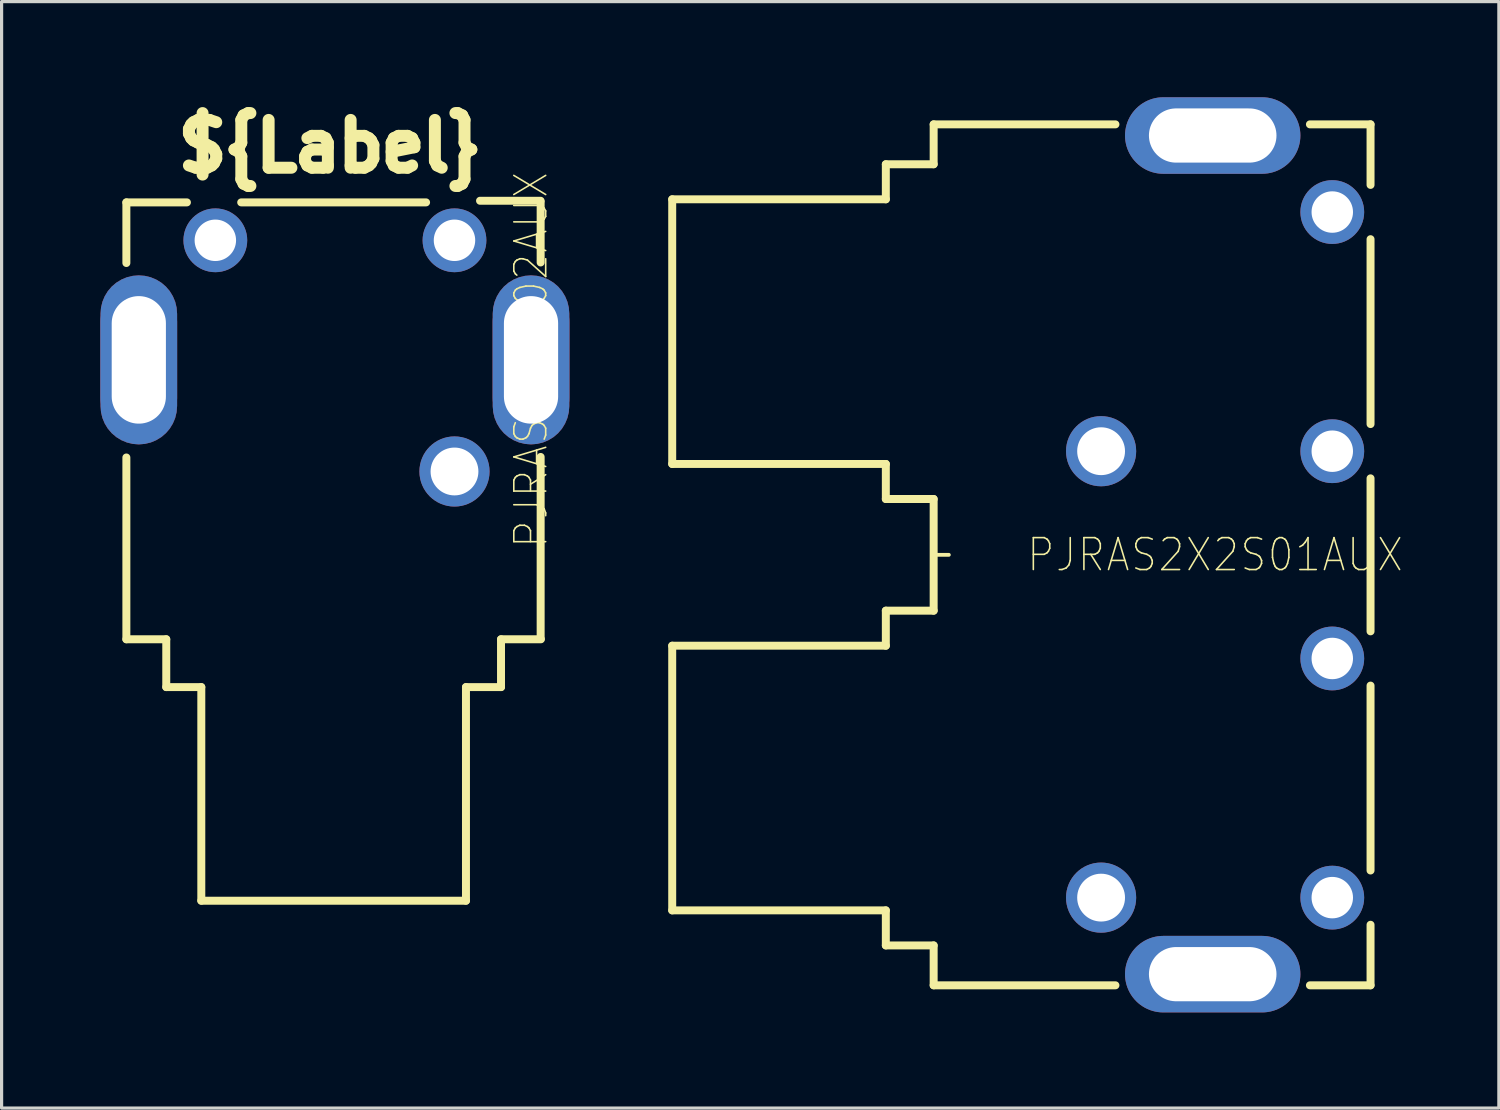
<source format=kicad_pcb>
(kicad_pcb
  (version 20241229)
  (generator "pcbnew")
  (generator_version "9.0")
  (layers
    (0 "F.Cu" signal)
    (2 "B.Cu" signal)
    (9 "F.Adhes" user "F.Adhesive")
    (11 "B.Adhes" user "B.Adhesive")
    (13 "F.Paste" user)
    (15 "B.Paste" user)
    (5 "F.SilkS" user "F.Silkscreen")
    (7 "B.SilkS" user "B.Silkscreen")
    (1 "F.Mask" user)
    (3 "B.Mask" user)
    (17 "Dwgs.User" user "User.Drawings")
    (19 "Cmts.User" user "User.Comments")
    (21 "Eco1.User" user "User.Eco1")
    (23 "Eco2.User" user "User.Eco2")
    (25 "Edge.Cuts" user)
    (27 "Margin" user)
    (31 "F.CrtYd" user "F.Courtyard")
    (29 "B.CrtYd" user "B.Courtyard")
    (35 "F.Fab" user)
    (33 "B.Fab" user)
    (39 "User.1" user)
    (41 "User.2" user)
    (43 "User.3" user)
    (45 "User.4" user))
  (footprint "PJRAS2X2S01AUX"
    (layer "F.Cu")
    (at 35.056 14.35)
    (property "Reference" "PJRAS2X2S01AUX" (at 0 0 0) (layer "F.SilkS") (effects (font (size 1 0.9) (thickness 0.05))))
    (attr through_hole)
    (fp_line (start -17.025 -11.15) (end -17.025 -2.85) (stroke (width 0.25) (type solid)) (layer "F.SilkS"))
    (fp_line (start -17.025 -11.15) (end -10.326 -11.15) (stroke (width 0.25) (type solid)) (layer "F.SilkS"))
    (fp_line (start -17.025 -2.85) (end -10.326 -2.85) (stroke (width 0.25) (type solid)) (layer "F.SilkS"))
    (fp_line (start -17.025 2.85) (end -17.025 11.15) (stroke (width 0.25) (type solid)) (layer "F.SilkS"))
    (fp_line (start -17.025 11.15) (end -10.326 11.15) (stroke (width 0.25) (type solid)) (layer "F.SilkS"))
    (fp_line (start -10.326 -12.249) (end -8.826 -12.249) (stroke (width 0.25) (type solid)) (layer "F.SilkS"))
    (fp_line (start -10.326 -11.15) (end -10.326 -12.249) (stroke (width 0.25) (type solid)) (layer "F.SilkS"))
    (fp_line (start -10.326 -1.751) (end -10.326 -2.85) (stroke (width 0.25) (type solid)) (layer "F.SilkS"))
    (fp_line (start -10.326 -1.751) (end -8.826 -1.751) (stroke (width 0.25) (type solid)) (layer "F.SilkS"))
    (fp_line (start -10.326 1.751) (end -10.326 2.85) (stroke (width 0.25) (type solid)) (layer "F.SilkS"))
    (fp_line (start -10.326 2.85) (end -17.025 2.85) (stroke (width 0.25) (type solid)) (layer "F.SilkS"))
    (fp_line (start -10.326 11.15) (end -10.326 12.249) (stroke (width 0.25) (type solid)) (layer "F.SilkS"))
    (fp_line (start -10.326 12.249) (end -8.826 12.249) (stroke (width 0.25) (type solid)) (layer "F.SilkS"))
    (fp_line (start -8.826 -13.5) (end -3.125 -13.5) (stroke (width 0.25) (type solid)) (layer "F.SilkS"))
    (fp_line (start -8.826 -12.249) (end -8.826 -13.5) (stroke (width 0.25) (type solid)) (layer "F.SilkS"))
    (fp_line (start -8.826 -1.751) (end -8.826 1.751) (stroke (width 0.25) (type solid)) (layer "F.SilkS"))
    (fp_line (start -8.826 0) (end -8.35 0) (stroke (width 0.12) (type solid)) (layer "F.SilkS"))
    (fp_line (start -8.826 1.751) (end -10.326 1.751) (stroke (width 0.25) (type solid)) (layer "F.SilkS"))
    (fp_line (start -8.826 12.249) (end -8.826 13.5) (stroke (width 0.25) (type solid)) (layer "F.SilkS"))
    (fp_line (start -8.826 13.5) (end -3.125 13.5) (stroke (width 0.25) (type solid)) (layer "F.SilkS"))
    (fp_line (start 2.974 -13.5) (end 4.875 -13.5) (stroke (width 0.25) (type solid)) (layer "F.SilkS"))
    (fp_line (start 2.974 13.5) (end 4.875 13.5) (stroke (width 0.25) (type solid)) (layer "F.SilkS"))
    (fp_line (start 4.875 -13.5) (end 4.875 -11.601) (stroke (width 0.25) (type solid)) (layer "F.SilkS"))
    (fp_line (start 4.875 -4.101) (end 4.875 -9.899) (stroke (width 0.25) (type solid)) (layer "F.SilkS"))
    (fp_line (start 4.875 2.399) (end 4.875 -2.399) (stroke (width 0.25) (type solid)) (layer "F.SilkS"))
    (fp_line (start 4.875 9.899) (end 4.875 4.101) (stroke (width 0.25) (type solid)) (layer "F.SilkS"))
    (fp_line (start 4.875 11.601) (end 4.875 13.5) (stroke (width 0.25) (type solid)) (layer "F.SilkS"))
    (pad "1" thru_hole oval (at -0.075 -13.15) (size 5.5 2.4) (drill oval 4 1.7) (layers "*.Cu" "*.Mask"))
    (pad "1S" thru_hole circle (at -3.575 -3.25) (size 2.2 2.2) (drill 1.5) (layers "*.Cu" "*.Mask"))
    (pad "1T1" thru_hole circle (at 3.675 -10.75) (size 2 2) (drill 1.3) (layers "*.Cu" "*.Mask"))
    (pad "1T2" thru_hole circle (at 3.675 -3.25) (size 2 2) (drill 1.3) (layers "*.Cu" "*.Mask"))
    (pad "2" thru_hole oval (at -0.075 13.15) (size 5.5 2.4) (drill oval 4 1.7) (layers "*.Cu" "*.Mask"))
    (pad "2S" thru_hole circle (at -3.575 10.75) (size 2.2 2.2) (drill 1.5) (layers "*.Cu" "*.Mask"))
    (pad "2T1" thru_hole circle (at 3.675 3.25) (size 2 2) (drill 1.3) (layers "*.Cu" "*.Mask"))
    (pad "2T2" thru_hole circle (at 3.675 10.75) (size 2 2) (drill 1.3) (layers "*.Cu" "*.Mask")))
  (footprint "PJRAS1X2S02AUX"
    (layer "F.Cu")
    (at 7.453 16.986)
    (property "Reference" "PJRAS1X2S02AUX" (at 6.15 -8.75 90) (layer "F.SilkS") (effects (font (size 1 0.9) (thickness 0.05))))
    (attr through_hole)
    (fp_poly (pts (xy -7.349 -7.3) (xy -7.334 -7.112) (xy -7.29 -6.929) (xy -7.218 -6.756) (xy -7.12 -6.595) (xy -6.998 -6.452) (xy -6.855 -6.33) (xy -6.694 -6.232) (xy -6.521 -6.16) (xy -6.338 -6.116) (xy -6.15 -6.101) (xy -5.962 -6.116) (xy -5.779 -6.16) (xy -5.606 -6.232) (xy -5.445 -6.33) (xy -5.302 -6.452) (xy -5.18 -6.595) (xy -5.082 -6.756) (xy -5.01 -6.929) (xy -4.966 -7.112) (xy -4.951 -7.3) (xy -4.951 -10.2) (xy -4.966 -10.388) (xy -5.01 -10.571) (xy -5.082 -10.744) (xy -5.18 -10.905) (xy -5.302 -11.048) (xy -5.445 -11.17) (xy -5.606 -11.268) (xy -5.779 -11.34) (xy -5.962 -11.384) (xy -6.15 -11.399) (xy -6.338 -11.384) (xy -6.521 -11.34) (xy -6.694 -11.268) (xy -6.855 -11.17) (xy -6.998 -11.048) (xy -7.12 -10.905) (xy -7.218 -10.744) (xy -7.29 -10.571) (xy -7.334 -10.388) (xy -7.349 -10.2)) (stroke (width 0.002) (type solid)) (fill yes) (layer "F.Cu"))
    (fp_poly (pts (xy 4.951 -7.3) (xy 4.966 -7.112) (xy 5.01 -6.929) (xy 5.082 -6.756) (xy 5.18 -6.595) (xy 5.302 -6.452) (xy 5.445 -6.33) (xy 5.606 -6.232) (xy 5.779 -6.16) (xy 5.962 -6.116) (xy 6.15 -6.101) (xy 6.338 -6.116) (xy 6.521 -6.16) (xy 6.694 -6.232) (xy 6.855 -6.33) (xy 6.998 -6.452) (xy 7.12 -6.595) (xy 7.218 -6.756) (xy 7.29 -6.929) (xy 7.334 -7.112) (xy 7.349 -7.3) (xy 7.349 -10.2) (xy 7.334 -10.388) (xy 7.29 -10.571) (xy 7.218 -10.744) (xy 7.12 -10.905) (xy 6.998 -11.048) (xy 6.855 -11.17) (xy 6.694 -11.268) (xy 6.521 -11.34) (xy 6.338 -11.384) (xy 6.15 -11.399) (xy 5.962 -11.384) (xy 5.779 -11.34) (xy 5.606 -11.268) (xy 5.445 -11.17) (xy 5.302 -11.048) (xy 5.18 -10.905) (xy 5.082 -10.744) (xy 5.01 -10.571) (xy 4.966 -10.388) (xy 4.951 -10.2)) (stroke (width 0.002) (type solid)) (fill yes) (layer "F.Cu"))
    (fp_poly (pts (xy -7.452 -7.3) (xy -7.436 -7.096) (xy -7.388 -6.898) (xy -7.31 -6.709) (xy -7.203 -6.535) (xy -7.07 -6.38) (xy -6.915 -6.247) (xy -6.741 -6.14) (xy -6.552 -6.062) (xy -6.354 -6.014) (xy -6.15 -5.998) (xy -5.946 -6.014) (xy -5.748 -6.062) (xy -5.559 -6.14) (xy -5.385 -6.247) (xy -5.23 -6.38) (xy -5.097 -6.535) (xy -4.99 -6.709) (xy -4.912 -6.898) (xy -4.864 -7.096) (xy -4.848 -7.3) (xy -4.848 -10.2) (xy -4.864 -10.404) (xy -4.912 -10.602) (xy -4.99 -10.791) (xy -5.097 -10.965) (xy -5.23 -11.12) (xy -5.385 -11.253) (xy -5.559 -11.36) (xy -5.748 -11.438) (xy -5.946 -11.486) (xy -6.15 -11.502) (xy -6.354 -11.486) (xy -6.552 -11.438) (xy -6.741 -11.36) (xy -6.915 -11.253) (xy -7.07 -11.12) (xy -7.203 -10.965) (xy -7.31 -10.791) (xy -7.388 -10.602) (xy -7.436 -10.404) (xy -7.452 -10.2)) (stroke (width 0.002) (type solid)) (fill yes) (layer "F.Mask"))
    (fp_poly (pts (xy 4.848 -7.3) (xy 4.864 -7.096) (xy 4.912 -6.898) (xy 4.99 -6.709) (xy 5.097 -6.535) (xy 5.23 -6.38) (xy 5.385 -6.247) (xy 5.559 -6.14) (xy 5.748 -6.062) (xy 5.946 -6.014) (xy 6.15 -5.998) (xy 6.354 -6.014) (xy 6.552 -6.062) (xy 6.741 -6.14) (xy 6.915 -6.247) (xy 7.07 -6.38) (xy 7.203 -6.535) (xy 7.31 -6.709) (xy 7.388 -6.898) (xy 7.436 -7.096) (xy 7.452 -7.3) (xy 7.452 -10.2) (xy 7.436 -10.404) (xy 7.388 -10.602) (xy 7.31 -10.791) (xy 7.203 -10.965) (xy 7.07 -11.12) (xy 6.915 -11.253) (xy 6.741 -11.36) (xy 6.552 -11.438) (xy 6.354 -11.486) (xy 6.15 -11.502) (xy 5.946 -11.486) (xy 5.748 -11.438) (xy 5.559 -11.36) (xy 5.385 -11.253) (xy 5.23 -11.12) (xy 5.097 -10.965) (xy 4.99 -10.791) (xy 4.912 -10.602) (xy 4.864 -10.404) (xy 4.848 -10.2)) (stroke (width 0.002) (type solid)) (fill yes) (layer "F.Mask"))
    (fp_poly (pts (xy -7.349 -7.3) (xy -7.334 -7.112) (xy -7.29 -6.929) (xy -7.218 -6.756) (xy -7.12 -6.595) (xy -6.998 -6.452) (xy -6.855 -6.33) (xy -6.694 -6.232) (xy -6.521 -6.16) (xy -6.338 -6.116) (xy -6.15 -6.101) (xy -5.962 -6.116) (xy -5.779 -6.16) (xy -5.606 -6.232) (xy -5.445 -6.33) (xy -5.302 -6.452) (xy -5.18 -6.595) (xy -5.082 -6.756) (xy -5.01 -6.929) (xy -4.966 -7.112) (xy -4.951 -7.3) (xy -4.951 -10.2) (xy -4.966 -10.388) (xy -5.01 -10.571) (xy -5.082 -10.744) (xy -5.18 -10.905) (xy -5.302 -11.048) (xy -5.445 -11.17) (xy -5.606 -11.268) (xy -5.779 -11.34) (xy -5.962 -11.384) (xy -6.15 -11.399) (xy -6.338 -11.384) (xy -6.521 -11.34) (xy -6.694 -11.268) (xy -6.855 -11.17) (xy -6.998 -11.048) (xy -7.12 -10.905) (xy -7.218 -10.744) (xy -7.29 -10.571) (xy -7.334 -10.388) (xy -7.349 -10.2)) (stroke (width 0.002) (type solid)) (fill yes) (layer "B.Cu"))
    (fp_poly (pts (xy 4.951 -7.3) (xy 4.966 -7.112) (xy 5.01 -6.929) (xy 5.082 -6.756) (xy 5.18 -6.595) (xy 5.302 -6.452) (xy 5.445 -6.33) (xy 5.606 -6.232) (xy 5.779 -6.16) (xy 5.962 -6.116) (xy 6.15 -6.101) (xy 6.338 -6.116) (xy 6.521 -6.16) (xy 6.694 -6.232) (xy 6.855 -6.33) (xy 6.998 -6.452) (xy 7.12 -6.595) (xy 7.218 -6.756) (xy 7.29 -6.929) (xy 7.334 -7.112) (xy 7.349 -7.3) (xy 7.349 -10.2) (xy 7.334 -10.388) (xy 7.29 -10.571) (xy 7.218 -10.744) (xy 7.12 -10.905) (xy 6.998 -11.048) (xy 6.855 -11.17) (xy 6.694 -11.268) (xy 6.521 -11.34) (xy 6.338 -11.384) (xy 6.15 -11.399) (xy 5.962 -11.384) (xy 5.779 -11.34) (xy 5.606 -11.268) (xy 5.445 -11.17) (xy 5.302 -11.048) (xy 5.18 -10.905) (xy 5.082 -10.744) (xy 5.01 -10.571) (xy 4.966 -10.388) (xy 4.951 -10.2)) (stroke (width 0.002) (type solid)) (fill yes) (layer "B.Cu"))
    (fp_poly (pts (xy -7.452 -7.3) (xy -7.436 -7.096) (xy -7.388 -6.898) (xy -7.31 -6.709) (xy -7.203 -6.535) (xy -7.07 -6.38) (xy -6.915 -6.247) (xy -6.741 -6.14) (xy -6.552 -6.062) (xy -6.354 -6.014) (xy -6.15 -5.998) (xy -5.946 -6.014) (xy -5.748 -6.062) (xy -5.559 -6.14) (xy -5.385 -6.247) (xy -5.23 -6.38) (xy -5.097 -6.535) (xy -4.99 -6.709) (xy -4.912 -6.898) (xy -4.864 -7.096) (xy -4.848 -7.3) (xy -4.848 -10.2) (xy -4.864 -10.404) (xy -4.912 -10.602) (xy -4.99 -10.791) (xy -5.097 -10.965) (xy -5.23 -11.12) (xy -5.385 -11.253) (xy -5.559 -11.36) (xy -5.748 -11.438) (xy -5.946 -11.486) (xy -6.15 -11.502) (xy -6.354 -11.486) (xy -6.552 -11.438) (xy -6.741 -11.36) (xy -6.915 -11.253) (xy -7.07 -11.12) (xy -7.203 -10.965) (xy -7.31 -10.791) (xy -7.388 -10.602) (xy -7.436 -10.404) (xy -7.452 -10.2)) (stroke (width 0.002) (type solid)) (fill yes) (layer "B.Mask"))
    (fp_poly (pts (xy 4.848 -7.3) (xy 4.864 -7.096) (xy 4.912 -6.898) (xy 4.99 -6.709) (xy 5.097 -6.535) (xy 5.23 -6.38) (xy 5.385 -6.247) (xy 5.559 -6.14) (xy 5.748 -6.062) (xy 5.946 -6.014) (xy 6.15 -5.998) (xy 6.354 -6.014) (xy 6.552 -6.062) (xy 6.741 -6.14) (xy 6.915 -6.247) (xy 7.07 -6.38) (xy 7.203 -6.535) (xy 7.31 -6.709) (xy 7.388 -6.898) (xy 7.436 -7.096) (xy 7.452 -7.3) (xy 7.452 -10.2) (xy 7.436 -10.404) (xy 7.388 -10.602) (xy 7.31 -10.791) (xy 7.203 -10.965) (xy 7.07 -11.12) (xy 6.915 -11.253) (xy 6.741 -11.36) (xy 6.552 -11.438) (xy 6.354 -11.486) (xy 6.15 -11.502) (xy 5.946 -11.486) (xy 5.748 -11.438) (xy 5.559 -11.36) (xy 5.385 -11.253) (xy 5.23 -11.12) (xy 5.097 -10.965) (xy 4.99 -10.791) (xy 4.912 -10.602) (xy 4.864 -10.404) (xy 4.848 -10.2)) (stroke (width 0.002) (type solid)) (fill yes) (layer "B.Mask"))
    (fp_line (start -6.54 -13.689) (end -4.641 -13.689) (stroke (width 0.25) (type solid)) (layer "F.SilkS"))
    (fp_line (start -6.54 -11.788) (end -6.54 -13.689) (stroke (width 0.25) (type solid)) (layer "F.SilkS"))
    (fp_line (start -6.54 0.012) (end -6.54 -5.689) (stroke (width 0.25) (type solid)) (layer "F.SilkS"))
    (fp_line (start -5.289 0.012) (end -6.54 0.012) (stroke (width 0.25) (type solid)) (layer "F.SilkS"))
    (fp_line (start -5.289 1.512) (end -5.289 0.012) (stroke (width 0.25) (type solid)) (layer "F.SilkS"))
    (fp_line (start -4.19 1.512) (end -5.289 1.512) (stroke (width 0.25) (type solid)) (layer "F.SilkS"))
    (fp_line (start -4.19 8.211) (end -4.19 1.512) (stroke (width 0.25) (type solid)) (layer "F.SilkS"))
    (fp_line (start -4.19 8.211) (end 4.11 8.211) (stroke (width 0.25) (type solid)) (layer "F.SilkS"))
    (fp_line (start 2.859 -13.689) (end -2.939 -13.689) (stroke (width 0.25) (type solid)) (layer "F.SilkS"))
    (fp_line (start 4.11 8.211) (end 4.11 1.512) (stroke (width 0.25) (type solid)) (layer "F.SilkS"))
    (fp_line (start 4.551 -13.74) (end 6.45 -13.74) (stroke (width 0.25) (type solid)) (layer "F.SilkS"))
    (fp_line (start 5.209 0.012) (end 6.46 0.012) (stroke (width 0.25) (type solid)) (layer "F.SilkS"))
    (fp_line (start 5.209 1.512) (end 4.11 1.512) (stroke (width 0.25) (type solid)) (layer "F.SilkS"))
    (fp_line (start 5.209 1.512) (end 5.209 0.012) (stroke (width 0.25) (type solid)) (layer "F.SilkS"))
    (fp_line (start 6.452 -11.805) (end 6.452 -13.706) (stroke (width 0.25) (type solid)) (layer "F.SilkS"))
    (fp_line (start 6.452 -0.005) (end 6.452 -5.706) (stroke (width 0.25) (type solid)) (layer "F.SilkS"))
    (fp_text user "${Label}" (at -0.15 -15.45 0) (layer "F.SilkS") (effects (font (size 1.5 1.5) (thickness 0.375))))
    (pad "1" thru_hole oval (at -6.15 -8.75 90) (size 4.8 2.4) (drill oval 4 1.7) (layers "*.Cu" "*.Mask"))
    (pad "1S" thru_hole circle (at 3.75 -5.25 90) (size 2.2 2.2) (drill 1.5) (layers "*.Cu" "*.Mask"))
    (pad "1T1" thru_hole circle (at -3.75 -12.5 90) (size 2 2) (drill 1.3) (layers "*.Cu" "*.Mask"))
    (pad "1T2" thru_hole circle (at 3.75 -12.5 90) (size 2 2) (drill 1.3) (layers "*.Cu" "*.Mask"))
    (pad "2" thru_hole oval (at 6.15 -8.75 90) (size 4.8 2.4) (drill oval 4 1.7) (layers "*.Cu" "*.Mask")))
  (gr_rect
    (start -3 -3)
    (end 43.955 31.7)
    (stroke (width 0.1) (type default))
    (fill no)
    (layer "Edge.Cuts")))
</source>
